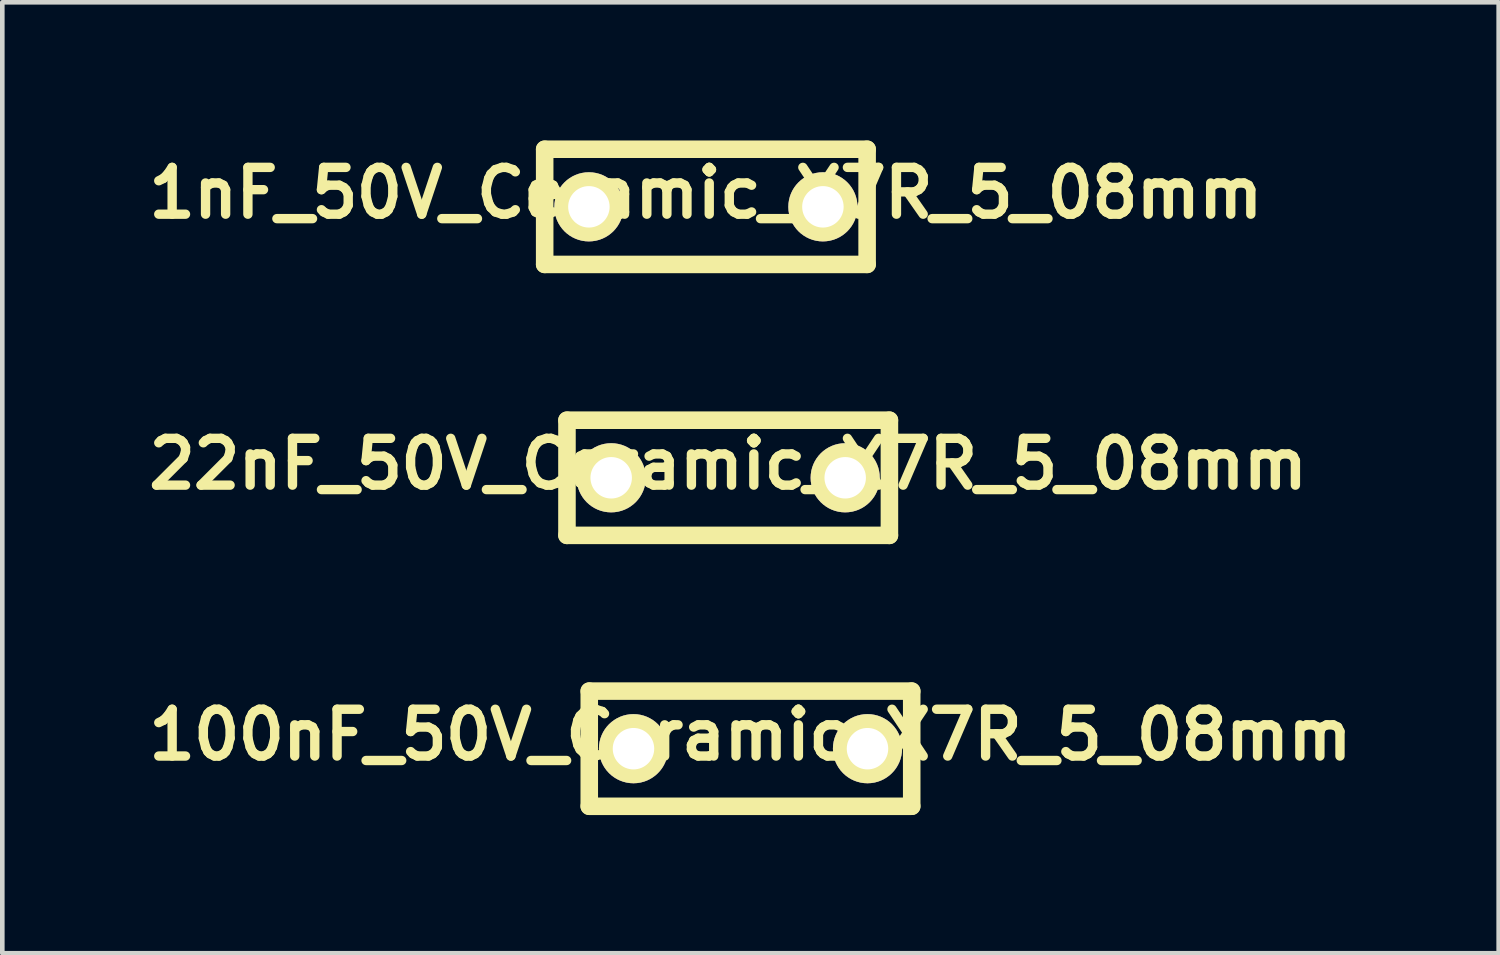
<source format=kicad_pcb>
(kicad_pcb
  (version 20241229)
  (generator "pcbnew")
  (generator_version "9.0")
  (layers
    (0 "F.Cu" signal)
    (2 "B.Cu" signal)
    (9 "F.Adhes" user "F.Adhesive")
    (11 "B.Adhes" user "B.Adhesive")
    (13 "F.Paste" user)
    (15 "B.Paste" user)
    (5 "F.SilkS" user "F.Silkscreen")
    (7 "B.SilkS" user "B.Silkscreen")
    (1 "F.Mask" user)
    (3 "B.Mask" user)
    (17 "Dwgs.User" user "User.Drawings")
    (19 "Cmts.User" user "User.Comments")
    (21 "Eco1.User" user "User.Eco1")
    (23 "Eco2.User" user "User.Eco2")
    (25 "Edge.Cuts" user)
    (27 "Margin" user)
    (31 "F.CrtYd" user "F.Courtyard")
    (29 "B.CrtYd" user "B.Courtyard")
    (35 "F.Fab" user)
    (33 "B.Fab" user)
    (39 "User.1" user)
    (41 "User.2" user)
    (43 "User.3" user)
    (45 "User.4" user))
  (footprint "1nF_50V_Ceramic_X7R_5_08mm"
    (layer "F.Cu")
    (at 12.274 1.44)
    (property "Reference" "1nF_50V_Ceramic_X7R_5_08mm" (at 0 -0.3 0) (layer "F.SilkS") (effects (font (size 1.016 1.016) (thickness 0.203))))
    (attr through_hole)
    (fp_line (start -3.5 -1.25) (end -3.5 1.25) (stroke (width 0.381) (type solid)) (layer "F.SilkS"))
    (fp_line (start -3.5 1.25) (end 3.5 1.25) (stroke (width 0.381) (type solid)) (layer "F.SilkS"))
    (fp_line (start 3.5 -1.25) (end -3.5 -1.25) (stroke (width 0.381) (type solid)) (layer "F.SilkS"))
    (fp_line (start 3.5 1.25) (end 3.5 -1.25) (stroke (width 0.381) (type solid)) (layer "F.SilkS"))
    (pad "1" thru_hole circle (at -2.54 0) (size 1.501 1.501) (drill 0.9) (layers "*.Cu" "*.Mask" "F.SilkS"))
    (pad "2" thru_hole circle (at 2.54 0) (size 1.501 1.501) (drill 0.9) (layers "*.Cu" "*.Mask" "F.SilkS")))
  (footprint "22nF_50V_Ceramic_X7R_5_08mm"
    (layer "F.Cu")
    (at 12.758 7.322)
    (property "Reference" "22nF_50V_Ceramic_X7R_5_08mm" (at 0 -0.3 0) (layer "F.SilkS") (effects (font (size 1.016 1.016) (thickness 0.203))))
    (attr through_hole)
    (fp_line (start -3.5 -1.25) (end -3.5 1.25) (stroke (width 0.381) (type solid)) (layer "F.SilkS"))
    (fp_line (start -3.5 1.25) (end 3.5 1.25) (stroke (width 0.381) (type solid)) (layer "F.SilkS"))
    (fp_line (start 3.5 -1.25) (end -3.5 -1.25) (stroke (width 0.381) (type solid)) (layer "F.SilkS"))
    (fp_line (start 3.5 1.25) (end 3.5 -1.25) (stroke (width 0.381) (type solid)) (layer "F.SilkS"))
    (pad "1" thru_hole circle (at -2.54 0) (size 1.501 1.501) (drill 0.9) (layers "*.Cu" "*.Mask" "F.SilkS"))
    (pad "2" thru_hole circle (at 2.54 0) (size 1.501 1.501) (drill 0.9) (layers "*.Cu" "*.Mask" "F.SilkS")))
  (footprint "100nF_50V_Ceramic_X7R_5_08mm"
    (layer "F.Cu")
    (at 13.242 13.203)
    (property "Reference" "100nF_50V_Ceramic_X7R_5_08mm" (at 0 -0.3 0) (layer "F.SilkS") (effects (font (size 1.016 1.016) (thickness 0.203))))
    (attr through_hole)
    (fp_line (start -3.5 -1.25) (end -3.5 1.25) (stroke (width 0.381) (type solid)) (layer "F.SilkS"))
    (fp_line (start -3.5 1.25) (end 3.5 1.25) (stroke (width 0.381) (type solid)) (layer "F.SilkS"))
    (fp_line (start 3.5 -1.25) (end -3.5 -1.25) (stroke (width 0.381) (type solid)) (layer "F.SilkS"))
    (fp_line (start 3.5 1.25) (end 3.5 -1.25) (stroke (width 0.381) (type solid)) (layer "F.SilkS"))
    (pad "1" thru_hole circle (at -2.54 0) (size 1.501 1.501) (drill 0.9) (layers "*.Cu" "*.Mask" "F.SilkS"))
    (pad "2" thru_hole circle (at 2.54 0) (size 1.501 1.501) (drill 0.9) (layers "*.Cu" "*.Mask" "F.SilkS")))
  (gr_rect
    (start -3 -3)
    (end 29.484 17.643)
    (stroke (width 0.1) (type default))
    (fill no)
    (layer "Edge.Cuts")))
</source>
